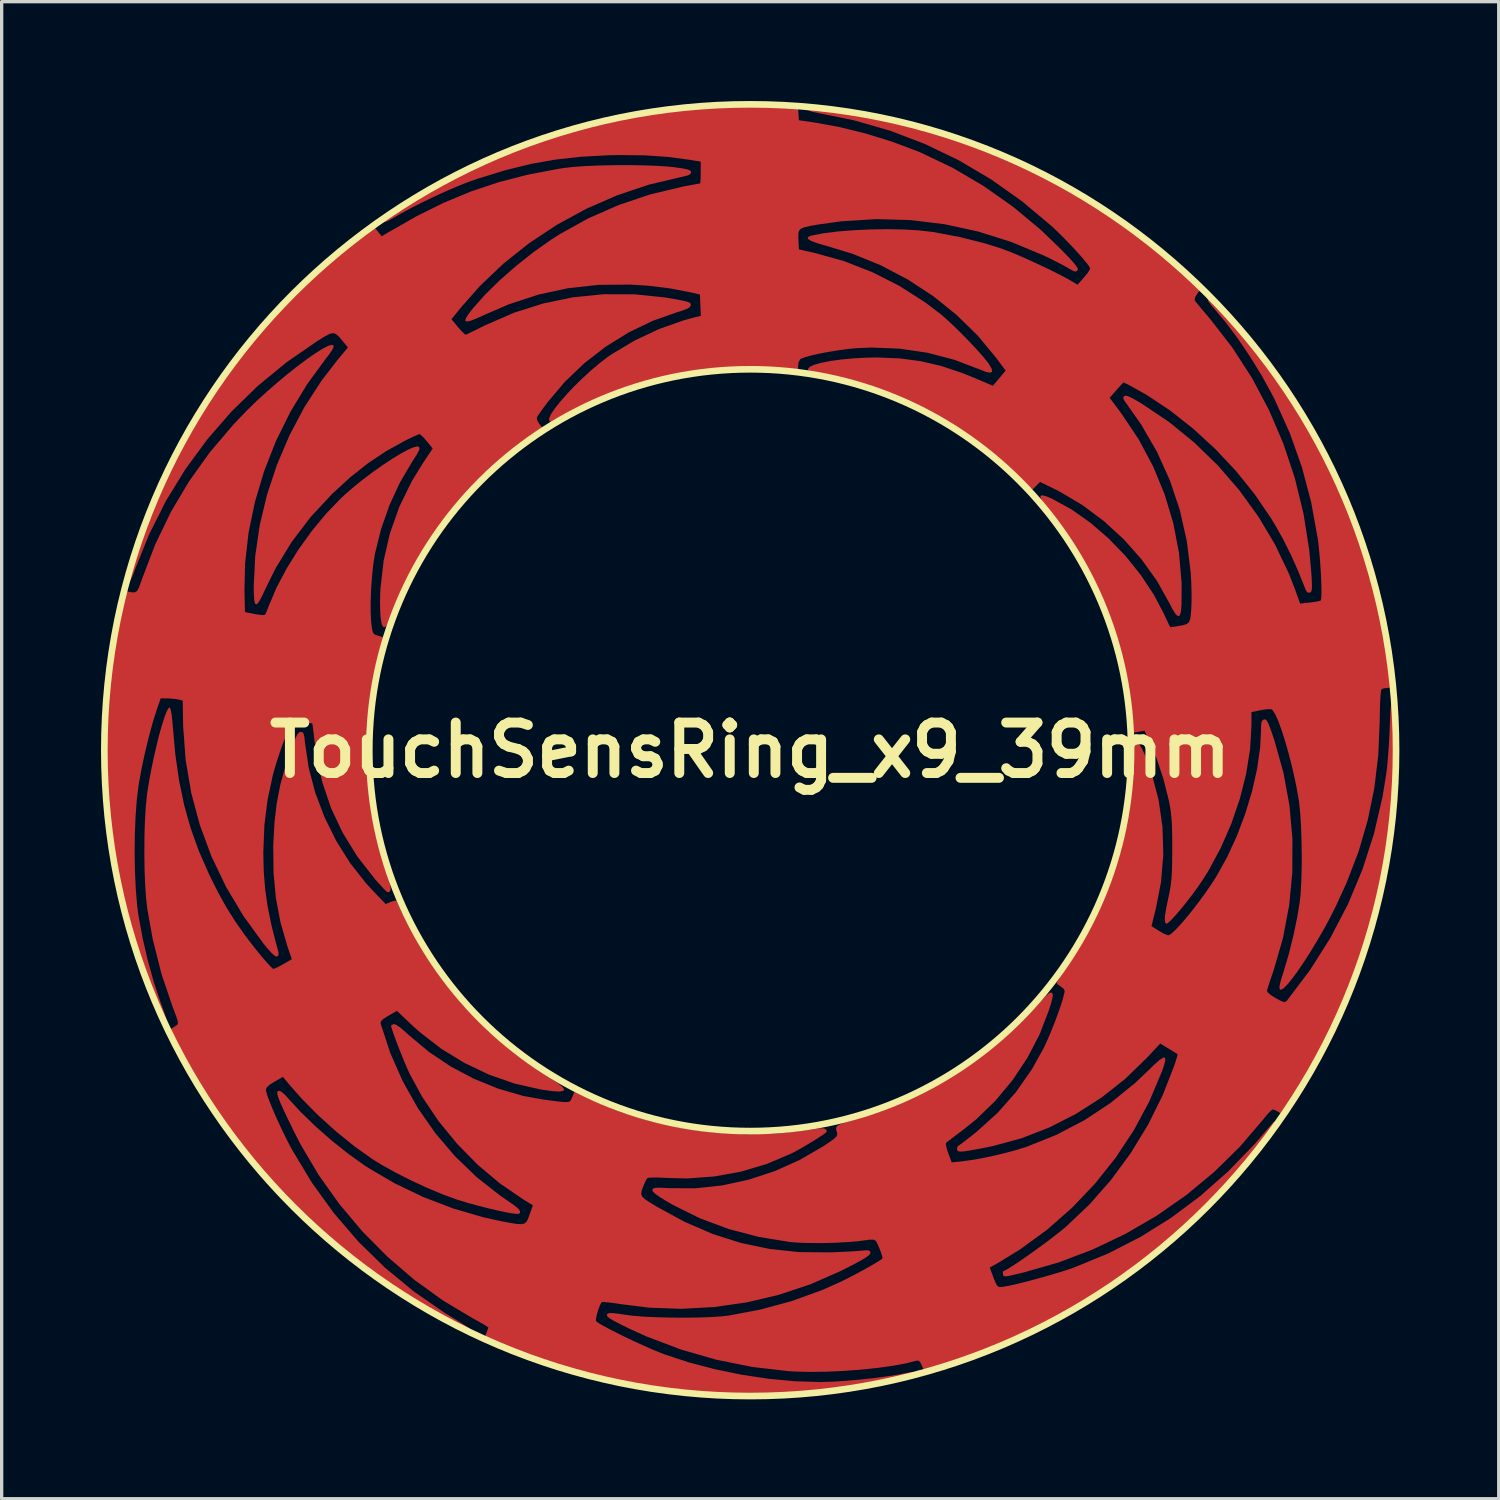
<source format=kicad_pcb>
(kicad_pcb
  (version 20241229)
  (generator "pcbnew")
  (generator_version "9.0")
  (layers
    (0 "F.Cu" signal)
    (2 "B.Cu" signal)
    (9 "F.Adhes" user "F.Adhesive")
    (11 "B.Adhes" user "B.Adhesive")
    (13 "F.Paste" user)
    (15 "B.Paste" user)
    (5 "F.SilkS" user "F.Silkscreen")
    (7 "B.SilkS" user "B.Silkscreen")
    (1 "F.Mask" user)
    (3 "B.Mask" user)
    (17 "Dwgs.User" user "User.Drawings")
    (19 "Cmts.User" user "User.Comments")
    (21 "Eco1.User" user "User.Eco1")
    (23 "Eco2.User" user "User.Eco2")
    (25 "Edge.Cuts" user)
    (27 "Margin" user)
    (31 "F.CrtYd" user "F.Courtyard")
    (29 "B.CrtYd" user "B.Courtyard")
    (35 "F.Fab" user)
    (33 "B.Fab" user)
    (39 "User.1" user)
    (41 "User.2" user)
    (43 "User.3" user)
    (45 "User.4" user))
  (footprint "TouchSensRing_x9_39mm"
    (layer "F.Cu")
    (at 19.6 19.6)
    (property "Reference" "TouchSensRing_x9_39mm" (at 0 0 0) (layer "F.SilkS") (effects (font (size 1.524 1.524) (thickness 0.3))))
    (attr board_only exclude_from_pos_files exclude_from_bom)
    (fp_poly (pts (xy -3.241 -17.658) (xy -2.834 -17.644) (xy -2.483 -17.621) (xy -2.277 -17.599) (xy -2.051 -17.566) (xy -1.904 -17.538) (xy -1.822 -17.508) (xy -1.788 -17.473) (xy -1.783 -17.448) (xy -1.806 -17.395) (xy -1.885 -17.354) (xy -2.039 -17.315) (xy -2.085 -17.306) (xy -3.062 -17.074) (xy -4.018 -16.753) (xy -4.943 -16.349) (xy -5.83 -15.867) (xy -6.669 -15.312) (xy -7.452 -14.69) (xy -8.171 -14.004) (xy -8.716 -13.386) (xy -9.02 -13.012) (xy -8.818 -12.769) (xy -8.71 -12.648) (xy -8.626 -12.567) (xy -8.585 -12.542) (xy -8.533 -12.568) (xy -8.411 -12.628) (xy -8.238 -12.713) (xy -8.03 -12.816) (xy -7.999 -12.831) (xy -7.134 -13.207) (xy -6.248 -13.488) (xy -5.345 -13.675) (xy -4.426 -13.767) (xy -3.493 -13.764) (xy -2.549 -13.666) (xy -2.203 -13.606) (xy -2 -13.566) (xy -1.875 -13.532) (xy -1.811 -13.498) (xy -1.792 -13.457) (xy -1.793 -13.433) (xy -1.823 -13.378) (xy -1.906 -13.326) (xy -2.058 -13.269) (xy -2.2 -13.226) (xy -2.946 -12.963) (xy -3.671 -12.612) (xy -4.363 -12.183) (xy -5.009 -11.683) (xy -5.598 -11.12) (xy -6.114 -10.509) (xy -6.244 -10.335) (xy -6.351 -10.185) (xy -6.422 -10.079) (xy -6.444 -10.04) (xy -6.433 -9.964) (xy -6.374 -9.861) (xy -6.368 -9.853) (xy -6.268 -9.726) (xy -6.52 -9.555) (xy -7.347 -8.934) (xy -8.12 -8.237) (xy -8.83 -7.472) (xy -9.47 -6.647) (xy -9.649 -6.386) (xy -9.868 -6.038) (xy -10.095 -5.644) (xy -10.317 -5.228) (xy -10.522 -4.815) (xy -10.697 -4.431) (xy -10.828 -4.099) (xy -10.831 -4.092) (xy -10.912 -3.883) (xy -10.978 -3.759) (xy -11.036 -3.712) (xy -11.045 -3.711) (xy -11.092 -3.731) (xy -11.125 -3.804) (xy -11.15 -3.947) (xy -11.161 -4.034) (xy -11.172 -4.225) (xy -11.176 -4.473) (xy -11.17 -4.738) (xy -11.163 -4.881) (xy -11.065 -5.734) (xy -10.875 -6.556) (xy -10.593 -7.35) (xy -10.22 -8.115) (xy -9.882 -8.666) (xy -9.585 -9.11) (xy -9.763 -9.326) (xy -9.865 -9.443) (xy -9.948 -9.522) (xy -9.984 -9.543) (xy -10.044 -9.523) (xy -10.167 -9.468) (xy -10.332 -9.389) (xy -10.411 -9.35) (xy -10.994 -9.028) (xy -11.544 -8.661) (xy -12.082 -8.234) (xy -12.621 -7.739) (xy -13.27 -7.042) (xy -13.84 -6.293) (xy -14.327 -5.496) (xy -14.628 -4.888) (xy -14.747 -4.634) (xy -14.838 -4.471) (xy -14.904 -4.4) (xy -14.948 -4.422) (xy -14.975 -4.538) (xy -14.987 -4.748) (xy -14.989 -4.958) (xy -14.943 -5.871) (xy -14.808 -6.795) (xy -14.587 -7.718) (xy -14.285 -8.627) (xy -13.907 -9.513) (xy -13.457 -10.362) (xy -12.938 -11.163) (xy -12.463 -11.779) (xy -12.145 -12.16) (xy -12.306 -12.355) (xy -12.416 -12.485) (xy -12.504 -12.565) (xy -12.59 -12.593) (xy -12.694 -12.571) (xy -12.836 -12.498) (xy -13.038 -12.373) (xy -13.066 -12.356) (xy -13.992 -11.717) (xy -14.858 -11.006) (xy -15.66 -10.226) (xy -16.393 -9.382) (xy -17.055 -8.481) (xy -17.64 -7.527) (xy -18.145 -6.524) (xy -18.555 -5.507) (xy -18.639 -5.282) (xy -18.702 -5.141) (xy -18.75 -5.074) (xy -18.791 -5.071) (xy -18.816 -5.101) (xy -18.813 -5.16) (xy -18.785 -5.292) (xy -18.738 -5.475) (xy -18.682 -5.667) (xy -18.255 -6.919) (xy -17.739 -8.142) (xy -17.138 -9.332) (xy -16.456 -10.481) (xy -15.698 -11.582) (xy -14.868 -12.63) (xy -13.971 -13.619) (xy -13.011 -14.541) (xy -11.993 -15.39) (xy -11.853 -15.497) (xy -11.391 -15.848) (xy -11.258 -15.681) (xy -11.126 -15.515) (xy -10.949 -15.622) (xy -10.09 -16.113) (xy -9.257 -16.527) (xy -8.43 -16.87) (xy -7.589 -17.151) (xy -6.714 -17.376) (xy -5.786 -17.553) (xy -5.639 -17.576) (xy -5.353 -17.609) (xy -4.992 -17.635) (xy -4.579 -17.653) (xy -4.135 -17.663) (xy -3.681 -17.665)) (stroke (width 0) (type solid)) (fill yes) (layer "F.Cu"))
    (fp_poly (pts (xy 1.929 -19.414) (xy 2.09 -19.398) (xy 2.321 -19.368) (xy 2.635 -19.325) (xy 2.639 -19.324) (xy 4.004 -19.086) (xy 5.335 -18.758) (xy 6.634 -18.34) (xy 7.904 -17.83) (xy 9.149 -17.227) (xy 9.567 -17.001) (xy 9.84 -16.842) (xy 10.168 -16.639) (xy 10.53 -16.406) (xy 10.906 -16.156) (xy 11.276 -15.904) (xy 11.62 -15.662) (xy 11.916 -15.445) (xy 12.098 -15.305) (xy 12.313 -15.129) (xy 12.568 -14.914) (xy 12.834 -14.686) (xy 13.078 -14.471) (xy 13.097 -14.454) (xy 13.639 -13.97) (xy 13.51 -13.801) (xy 13.427 -13.666) (xy 13.42 -13.58) (xy 13.426 -13.57) (xy 13.473 -13.512) (xy 13.569 -13.396) (xy 13.701 -13.238) (xy 13.858 -13.053) (xy 13.896 -13.008) (xy 14.562 -12.149) (xy 15.152 -11.234) (xy 15.664 -10.269) (xy 16.096 -9.26) (xy 16.444 -8.215) (xy 16.706 -7.139) (xy 16.88 -6.04) (xy 16.944 -5.321) (xy 16.957 -5.085) (xy 16.96 -4.928) (xy 16.953 -4.832) (xy 16.933 -4.78) (xy 16.899 -4.756) (xy 16.897 -4.756) (xy 16.819 -4.764) (xy 16.776 -4.833) (xy 16.547 -5.402) (xy 16.324 -5.902) (xy 16.096 -6.359) (xy 15.849 -6.798) (xy 15.723 -7.006) (xy 15.23 -7.73) (xy 14.666 -8.43) (xy 14.044 -9.092) (xy 13.378 -9.704) (xy 12.682 -10.254) (xy 11.968 -10.728) (xy 11.502 -10.989) (xy 11.269 -11.109) (xy 11.061 -10.875) (xy 10.853 -10.64) (xy 11.21 -10.161) (xy 11.728 -9.387) (xy 12.163 -8.572) (xy 12.513 -7.724) (xy 12.775 -6.85) (xy 12.946 -5.957) (xy 13.025 -5.052) (xy 13.023 -4.398) (xy 13.005 -4.189) (xy 12.971 -4.071) (xy 12.918 -4.044) (xy 12.843 -4.11) (xy 12.745 -4.267) (xy 12.661 -4.432) (xy 12.28 -5.114) (xy 11.816 -5.761) (xy 11.279 -6.366) (xy 10.681 -6.915) (xy 10.031 -7.4) (xy 9.34 -7.81) (xy 9.155 -7.903) (xy 8.751 -8.098) (xy 8.514 -7.861) (xy 8.083 -8.271) (xy 7.355 -8.917) (xy 6.612 -9.482) (xy 5.83 -9.98) (xy 4.99 -10.425) (xy 4.747 -10.539) (xy 4.176 -10.779) (xy 3.55 -10.999) (xy 2.908 -11.188) (xy 2.288 -11.334) (xy 2.058 -11.377) (xy 1.88 -11.413) (xy 1.781 -11.447) (xy 1.745 -11.488) (xy 1.745 -11.512) (xy 1.803 -11.578) (xy 1.946 -11.641) (xy 2.159 -11.699) (xy 2.432 -11.752) (xy 2.751 -11.796) (xy 3.104 -11.829) (xy 3.479 -11.85) (xy 3.827 -11.857) (xy 4.506 -11.83) (xy 5.144 -11.746) (xy 5.77 -11.6) (xy 6.411 -11.385) (xy 6.784 -11.234) (xy 7.327 -11.001) (xy 7.713 -11.461) (xy 7.431 -11.84) (xy 6.866 -12.521) (xy 6.226 -13.147) (xy 5.522 -13.712) (xy 4.76 -14.21) (xy 3.951 -14.636) (xy 3.102 -14.984) (xy 2.289 -15.231) (xy 2.017 -15.308) (xy 1.834 -15.378) (xy 1.741 -15.44) (xy 1.741 -15.492) (xy 1.835 -15.533) (xy 1.841 -15.535) (xy 2.2 -15.605) (xy 2.633 -15.66) (xy 3.116 -15.699) (xy 3.628 -15.723) (xy 4.145 -15.731) (xy 4.647 -15.721) (xy 5.11 -15.693) (xy 5.513 -15.646) (xy 5.519 -15.646) (xy 6.322 -15.495) (xy 7.104 -15.297) (xy 7.567 -15.152) (xy 7.795 -15.067) (xy 8.084 -14.948) (xy 8.411 -14.804) (xy 8.751 -14.647) (xy 9.082 -14.489) (xy 9.38 -14.339) (xy 9.622 -14.209) (xy 9.701 -14.163) (xy 9.884 -14.053) (xy 10.073 -14.268) (xy 10.175 -14.393) (xy 10.244 -14.496) (xy 10.264 -14.544) (xy 10.232 -14.609) (xy 10.144 -14.727) (xy 10.009 -14.888) (xy 9.84 -15.077) (xy 9.649 -15.281) (xy 9.448 -15.488) (xy 9.248 -15.685) (xy 9.099 -15.825) (xy 8.208 -16.572) (xy 7.272 -17.235) (xy 6.293 -17.813) (xy 5.273 -18.304) (xy 4.214 -18.707) (xy 3.119 -19.021) (xy 2.085 -19.231) (xy 1.88 -19.272) (xy 1.766 -19.314) (xy 1.735 -19.356) (xy 1.741 -19.388) (xy 1.767 -19.409) (xy 1.825 -19.417)) (stroke (width 0) (type solid)) (fill yes) (layer "F.Cu"))
    (fp_poly (pts (xy 0.658 -19.496) (xy 1.441 -19.462) (xy 1.47 -19.019) (xy 1.904 -18.957) (xy 2.676 -18.818) (xy 3.481 -18.62) (xy 4.284 -18.372) (xy 5.05 -18.084) (xy 5.154 -18.041) (xy 6.113 -17.583) (xy 7.042 -17.037) (xy 7.933 -16.41) (xy 8.775 -15.709) (xy 9.391 -15.115) (xy 9.6 -14.899) (xy 9.746 -14.739) (xy 9.838 -14.626) (xy 9.884 -14.551) (xy 9.891 -14.502) (xy 9.882 -14.485) (xy 9.836 -14.453) (xy 9.77 -14.462) (xy 9.658 -14.52) (xy 9.593 -14.559) (xy 9.451 -14.64) (xy 9.251 -14.745) (xy 9.024 -14.859) (xy 8.862 -14.936) (xy 7.881 -15.345) (xy 6.882 -15.66) (xy 5.868 -15.88) (xy 4.841 -16.005) (xy 3.804 -16.035) (xy 2.76 -15.969) (xy 2.075 -15.875) (xy 1.819 -15.83) (xy 1.643 -15.791) (xy 1.533 -15.746) (xy 1.475 -15.685) (xy 1.453 -15.596) (xy 1.453 -15.469) (xy 1.456 -15.413) (xy 1.47 -15.12) (xy 1.954 -15.011) (xy 2.831 -14.767) (xy 3.688 -14.432) (xy 4.51 -14.015) (xy 5.284 -13.52) (xy 5.757 -13.16) (xy 5.943 -12.999) (xy 6.162 -12.793) (xy 6.398 -12.561) (xy 6.634 -12.319) (xy 6.853 -12.084) (xy 7.039 -11.875) (xy 7.174 -11.708) (xy 7.201 -11.67) (xy 7.29 -11.518) (xy 7.306 -11.427) (xy 7.246 -11.395) (xy 7.112 -11.423) (xy 6.939 -11.492) (xy 6.16 -11.789) (xy 5.346 -12.001) (xy 4.508 -12.124) (xy 3.659 -12.157) (xy 3.205 -12.138) (xy 2.942 -12.112) (xy 2.656 -12.073) (xy 2.366 -12.026) (xy 2.089 -11.973) (xy 1.846 -11.918) (xy 1.655 -11.865) (xy 1.534 -11.818) (xy 1.513 -11.804) (xy 1.464 -11.718) (xy 1.446 -11.608) (xy 1.446 -11.468) (xy 1.193 -11.505) (xy 0.99 -11.525) (xy 0.711 -11.538) (xy 0.378 -11.544) (xy 0.01 -11.543) (xy -0.371 -11.535) (xy -0.746 -11.522) (xy -1.093 -11.504) (xy -1.393 -11.48) (xy -1.593 -11.456) (xy -2.288 -11.33) (xy -2.996 -11.158) (xy -3.699 -10.946) (xy -4.376 -10.701) (xy -5.009 -10.431) (xy -5.578 -10.142) (xy -5.909 -9.944) (xy -5.994 -9.903) (xy -6.051 -9.928) (xy -6.067 -9.945) (xy -6.071 -10.023) (xy -6.011 -10.152) (xy -5.895 -10.323) (xy -5.733 -10.526) (xy -5.534 -10.752) (xy -5.308 -10.99) (xy -5.063 -11.23) (xy -4.809 -11.463) (xy -4.555 -11.678) (xy -4.311 -11.866) (xy -4.195 -11.946) (xy -3.491 -12.368) (xy -2.753 -12.716) (xy -2.001 -12.981) (xy -1.697 -13.064) (xy -1.49 -13.115) (xy -1.518 -13.758) (xy -1.783 -13.819) (xy -2.432 -13.945) (xy -3.095 -14.025) (xy -3.639 -14.058) (xy -4.583 -14.049) (xy -5.5 -13.949) (xy -6.396 -13.755) (xy -7.276 -13.467) (xy -7.966 -13.17) (xy -8.242 -13.044) (xy -8.438 -12.967) (xy -8.558 -12.942) (xy -8.604 -12.97) (xy -8.579 -13.053) (xy -8.488 -13.191) (xy -8.363 -13.35) (xy -7.992 -13.766) (xy -7.551 -14.198) (xy -7.06 -14.627) (xy -6.541 -15.038) (xy -6.014 -15.411) (xy -5.753 -15.578) (xy -4.891 -16.056) (xy -3.976 -16.458) (xy -3.019 -16.78) (xy -2.029 -17.017) (xy -1.935 -17.035) (xy -1.75 -17.069) (xy -1.605 -17.095) (xy -1.523 -17.109) (xy -1.513 -17.11) (xy -1.504 -17.154) (xy -1.497 -17.27) (xy -1.494 -17.433) (xy -1.494 -17.44) (xy -1.494 -17.771) (xy -1.819 -17.824) (xy -2.483 -17.912) (xy -3.181 -17.96) (xy -3.936 -17.969) (xy -4.265 -17.963) (xy -5.093 -17.919) (xy -5.87 -17.833) (xy -6.625 -17.7) (xy -7.384 -17.514) (xy -8.178 -17.27) (xy -8.459 -17.174) (xy -8.76 -17.058) (xy -9.118 -16.906) (xy -9.504 -16.731) (xy -9.892 -16.545) (xy -10.256 -16.36) (xy -10.569 -16.189) (xy -10.686 -16.12) (xy -10.878 -16.01) (xy -11.006 -15.952) (xy -11.081 -15.941) (xy -11.104 -15.954) (xy -11.124 -15.979) (xy -11.126 -16.006) (xy -11.099 -16.043) (xy -11.034 -16.097) (xy -10.922 -16.174) (xy -10.753 -16.284) (xy -10.518 -16.432) (xy -10.338 -16.545) (xy -9.176 -17.215) (xy -7.964 -17.805) (xy -6.71 -18.312) (xy -5.422 -18.733) (xy -4.108 -19.066) (xy -2.776 -19.308) (xy -2.49 -19.348) (xy -1.962 -19.406) (xy -1.386 -19.453) (xy -0.792 -19.486) (xy -0.21 -19.504) (xy 0.328 -19.505)) (stroke (width 0) (type solid)) (fill yes) (layer "F.Cu"))
    (fp_poly (pts (xy -17.497 -1.231) (xy -17.469 -1.083) (xy -17.444 -0.853) (xy -17.435 -0.743) (xy -17.357 0.124) (xy -17.243 0.919) (xy -17.089 1.659) (xy -16.891 2.363) (xy -16.644 3.049) (xy -16.343 3.736) (xy -16.309 3.808) (xy -16.059 4.305) (xy -15.816 4.742) (xy -15.562 5.148) (xy -15.286 5.543) (xy -15.12 5.764) (xy -14.948 5.984) (xy -14.782 6.19) (xy -14.631 6.368) (xy -14.508 6.504) (xy -14.424 6.586) (xy -14.394 6.603) (xy -14.332 6.581) (xy -14.214 6.523) (xy -14.095 6.457) (xy -13.84 6.311) (xy -13.979 5.899) (xy -14.183 5.19) (xy -14.32 4.465) (xy -14.391 3.704) (xy -14.4 2.888) (xy -14.398 2.831) (xy -14.363 2.19) (xy -14.296 1.609) (xy -14.189 1.054) (xy -14.036 0.494) (xy -13.831 -0.105) (xy -13.82 -0.135) (xy -13.739 -0.34) (xy -13.677 -0.469) (xy -13.623 -0.535) (xy -13.57 -0.554) (xy -13.568 -0.554) (xy -13.516 -0.543) (xy -13.483 -0.496) (xy -13.46 -0.394) (xy -13.441 -0.216) (xy -13.44 -0.208) (xy -13.328 0.54) (xy -13.129 1.292) (xy -12.849 2.03) (xy -12.497 2.741) (xy -12.079 3.407) (xy -11.603 4.013) (xy -11.424 4.208) (xy -11.005 4.645) (xy -10.844 4.578) (xy -10.729 4.54) (xy -10.674 4.55) (xy -10.662 4.571) (xy -10.634 4.636) (xy -10.573 4.768) (xy -10.488 4.945) (xy -10.41 5.105) (xy -9.907 6.025) (xy -9.324 6.893) (xy -8.666 7.704) (xy -7.937 8.453) (xy -7.142 9.137) (xy -6.284 9.749) (xy -6.059 9.891) (xy -5.826 10.042) (xy -5.678 10.158) (xy -5.617 10.24) (xy -5.644 10.289) (xy -5.761 10.306) (xy -5.967 10.294) (xy -6.264 10.253) (xy -6.332 10.242) (xy -7.115 10.065) (xy -7.883 9.797) (xy -8.625 9.444) (xy -9.328 9.013) (xy -9.982 8.508) (xy -10.245 8.27) (xy -10.666 7.87) (xy -10.924 8.018) (xy -11.07 8.108) (xy -11.143 8.177) (xy -11.16 8.24) (xy -11.155 8.264) (xy -10.865 9.146) (xy -10.491 9.994) (xy -10.038 10.8) (xy -9.511 11.556) (xy -8.917 12.255) (xy -8.259 12.89) (xy -7.545 13.451) (xy -7.333 13.596) (xy -7.127 13.739) (xy -7 13.845) (xy -6.946 13.922) (xy -6.957 13.977) (xy -6.981 13.997) (xy -7.052 14.001) (xy -7.2 13.982) (xy -7.408 13.944) (xy -7.66 13.89) (xy -7.939 13.824) (xy -8.23 13.749) (xy -8.517 13.67) (xy -8.782 13.59) (xy -8.858 13.566) (xy -9.284 13.411) (xy -9.753 13.215) (xy -10.236 12.991) (xy -10.705 12.754) (xy -11.13 12.517) (xy -11.399 12.351) (xy -11.943 11.965) (xy -12.5 11.514) (xy -13.043 11.024) (xy -13.543 10.519) (xy -13.911 10.101) (xy -14.107 9.863) (xy -14.368 10.011) (xy -14.518 10.106) (xy -14.597 10.181) (xy -14.621 10.255) (xy -14.62 10.273) (xy -14.595 10.38) (xy -14.533 10.555) (xy -14.441 10.783) (xy -14.327 11.047) (xy -14.199 11.33) (xy -14.062 11.616) (xy -13.926 11.887) (xy -13.826 12.073) (xy -13.23 13.062) (xy -12.564 13.984) (xy -11.828 14.839) (xy -11.023 15.627) (xy -10.15 16.347) (xy -9.21 16.998) (xy -8.856 17.215) (xy -8.649 17.342) (xy -8.476 17.458) (xy -8.352 17.551) (xy -8.293 17.611) (xy -8.29 17.62) (xy -8.31 17.681) (xy -8.326 17.688) (xy -8.38 17.666) (xy -8.502 17.607) (xy -8.676 17.519) (xy -8.887 17.41) (xy -8.965 17.369) (xy -10.188 16.672) (xy -11.345 15.906) (xy -12.435 15.072) (xy -13.456 14.171) (xy -14.407 13.204) (xy -15.288 12.174) (xy -16.095 11.081) (xy -16.829 9.927) (xy -17.322 9.037) (xy -17.439 8.81) (xy -17.515 8.652) (xy -17.547 8.545) (xy -17.537 8.47) (xy -17.484 8.411) (xy -17.389 8.35) (xy -17.325 8.312) (xy -17.291 8.284) (xy -17.278 8.24) (xy -17.289 8.165) (xy -17.328 8.04) (xy -17.399 7.85) (xy -17.437 7.751) (xy -17.774 6.758) (xy -18.037 5.716) (xy -18.202 4.796) (xy -18.241 4.457) (xy -18.268 4.046) (xy -18.286 3.586) (xy -18.292 3.099) (xy -18.289 2.609) (xy -18.274 2.14) (xy -18.249 1.713) (xy -18.213 1.354) (xy -18.203 1.277) (xy -18.146 0.924) (xy -18.078 0.561) (xy -18.002 0.199) (xy -17.922 -0.149) (xy -17.841 -0.472) (xy -17.761 -0.757) (xy -17.686 -0.993) (xy -17.619 -1.168) (xy -17.564 -1.269) (xy -17.529 -1.289)) (stroke (width 0) (type solid)) (fill yes) (layer "F.Cu"))
    (fp_poly (pts (xy 19.435 -1.576) (xy 19.462 -1.459) (xy 19.483 -1.267) (xy 19.499 -1.012) (xy 19.509 -0.706) (xy 19.514 -0.36) (xy 19.513 0.015) (xy 19.507 0.409) (xy 19.495 0.81) (xy 19.478 1.206) (xy 19.455 1.587) (xy 19.427 1.941) (xy 19.398 2.217) (xy 19.191 3.573) (xy 18.894 4.904) (xy 18.51 6.204) (xy 18.041 7.468) (xy 17.489 8.691) (xy 16.856 9.865) (xy 16.424 10.566) (xy 16.121 11.035) (xy 15.977 10.94) (xy 15.866 10.876) (xy 15.786 10.845) (xy 15.78 10.845) (xy 15.727 10.88) (xy 15.634 10.974) (xy 15.52 11.109) (xy 15.491 11.146) (xy 14.787 11.969) (xy 14.012 12.731) (xy 13.173 13.427) (xy 12.276 14.053) (xy 11.329 14.604) (xy 10.338 15.076) (xy 9.309 15.466) (xy 8.314 15.752) (xy 8.056 15.815) (xy 7.876 15.858) (xy 7.76 15.881) (xy 7.692 15.886) (xy 7.657 15.875) (xy 7.639 15.85) (xy 7.63 15.825) (xy 7.629 15.747) (xy 7.655 15.723) (xy 7.751 15.675) (xy 7.909 15.578) (xy 8.114 15.443) (xy 8.351 15.28) (xy 8.606 15.098) (xy 8.865 14.91) (xy 9.113 14.724) (xy 9.335 14.551) (xy 9.517 14.402) (xy 9.531 14.39) (xy 10.242 13.716) (xy 10.898 12.97) (xy 11.49 12.163) (xy 12.013 11.306) (xy 12.457 10.411) (xy 12.801 9.529) (xy 12.855 9.365) (xy 12.892 9.241) (xy 12.905 9.181) (xy 12.905 9.179) (xy 12.861 9.151) (xy 12.758 9.087) (xy 12.637 9.013) (xy 12.38 8.856) (xy 11.973 9.292) (xy 11.32 9.925) (xy 10.606 10.488) (xy 9.842 10.977) (xy 9.036 11.388) (xy 8.198 11.714) (xy 7.337 11.95) (xy 7.133 11.992) (xy 6.829 12.05) (xy 6.606 12.09) (xy 6.45 12.113) (xy 6.349 12.119) (xy 6.29 12.111) (xy 6.258 12.088) (xy 6.243 12.061) (xy 6.254 11.974) (xy 6.292 11.939) (xy 6.359 11.893) (xy 6.483 11.799) (xy 6.647 11.671) (xy 6.834 11.523) (xy 6.847 11.512) (xy 7.471 10.948) (xy 8.027 10.318) (xy 8.511 9.625) (xy 8.864 8.989) (xy 8.968 8.764) (xy 9.079 8.504) (xy 9.189 8.228) (xy 9.292 7.953) (xy 9.381 7.698) (xy 9.448 7.482) (xy 9.487 7.324) (xy 9.495 7.263) (xy 9.456 7.195) (xy 9.374 7.133) (xy 9.287 7.074) (xy 9.254 7.029) (xy 9.28 6.975) (xy 9.35 6.86) (xy 9.453 6.702) (xy 9.561 6.543) (xy 10.065 5.736) (xy 10.503 4.877) (xy 10.872 3.979) (xy 11.168 3.058) (xy 11.385 2.125) (xy 11.52 1.195) (xy 11.567 0.282) (xy 11.567 0.253) (xy 11.569 0.03) (xy 11.575 -0.114) (xy 11.59 -0.196) (xy 11.616 -0.232) (xy 11.656 -0.241) (xy 11.657 -0.241) (xy 11.734 -0.194) (xy 11.825 -0.054) (xy 11.932 0.176) (xy 12.051 0.494) (xy 12.119 0.696) (xy 12.33 1.499) (xy 12.448 2.319) (xy 12.473 3.15) (xy 12.403 3.984) (xy 12.247 4.786) (xy 12.115 5.312) (xy 12.335 5.451) (xy 12.471 5.529) (xy 12.582 5.579) (xy 12.623 5.59) (xy 12.698 5.553) (xy 12.818 5.447) (xy 12.972 5.285) (xy 13.152 5.078) (xy 13.348 4.837) (xy 13.549 4.575) (xy 13.748 4.302) (xy 13.934 4.031) (xy 14.062 3.833) (xy 14.395 3.239) (xy 14.691 2.596) (xy 14.946 1.923) (xy 15.152 1.24) (xy 15.304 0.567) (xy 15.396 -0.077) (xy 15.422 -0.585) (xy 15.427 -0.76) (xy 15.442 -0.861) (xy 15.476 -0.911) (xy 15.516 -0.929) (xy 15.556 -0.928) (xy 15.594 -0.897) (xy 15.638 -0.82) (xy 15.692 -0.687) (xy 15.764 -0.483) (xy 15.827 -0.296) (xy 16.1 0.679) (xy 16.282 1.672) (xy 16.371 2.675) (xy 16.368 3.681) (xy 16.273 4.681) (xy 16.086 5.669) (xy 15.807 6.636) (xy 15.785 6.7) (xy 15.713 6.91) (xy 15.654 7.09) (xy 15.614 7.218) (xy 15.6 7.269) (xy 15.635 7.323) (xy 15.734 7.403) (xy 15.867 7.486) (xy 16.017 7.567) (xy 16.109 7.602) (xy 16.164 7.598) (xy 16.204 7.563) (xy 16.904 6.635) (xy 17.518 5.665) (xy 18.045 4.655) (xy 18.483 3.607) (xy 18.833 2.524) (xy 19.092 1.407) (xy 19.21 0.675) (xy 19.235 0.451) (xy 19.26 0.16) (xy 19.283 -0.168) (xy 19.302 -0.505) (xy 19.31 -0.709) (xy 19.325 -1.052) (xy 19.341 -1.306) (xy 19.36 -1.479) (xy 19.381 -1.578) (xy 19.402 -1.609)) (stroke (width 0) (type solid)) (fill yes) (layer "F.Cu"))
    (fp_poly (pts (xy 9.105 7.323) (xy 9.132 7.356) (xy 9.136 7.421) (xy 9.113 7.534) (xy 9.063 7.711) (xy 9.023 7.84) (xy 8.739 8.578) (xy 8.369 9.289) (xy 7.921 9.962) (xy 7.402 10.585) (xy 6.823 11.146) (xy 6.44 11.454) (xy 6.252 11.595) (xy 6.091 11.717) (xy 5.974 11.807) (xy 5.916 11.853) (xy 5.914 11.854) (xy 5.91 11.915) (xy 5.936 12.036) (xy 5.98 12.167) (xy 6.084 12.445) (xy 6.404 12.412) (xy 6.747 12.364) (xy 7.145 12.289) (xy 7.565 12.195) (xy 7.97 12.09) (xy 8.326 11.98) (xy 8.351 11.972) (xy 9.244 11.614) (xy 10.088 11.173) (xy 10.882 10.649) (xy 11.623 10.046) (xy 11.989 9.698) (xy 12.208 9.485) (xy 12.369 9.346) (xy 12.473 9.279) (xy 12.527 9.287) (xy 12.532 9.367) (xy 12.493 9.521) (xy 12.432 9.698) (xy 12.049 10.606) (xy 11.58 11.479) (xy 11.03 12.31) (xy 10.407 13.091) (xy 9.715 13.817) (xy 8.962 14.479) (xy 8.152 15.07) (xy 7.508 15.465) (xy 7.233 15.621) (xy 7.345 15.92) (xy 7.407 16.079) (xy 7.455 16.167) (xy 7.507 16.203) (xy 7.583 16.206) (xy 7.62 16.202) (xy 7.776 16.177) (xy 8.003 16.128) (xy 8.283 16.059) (xy 8.595 15.977) (xy 8.919 15.887) (xy 9.236 15.794) (xy 9.526 15.704) (xy 9.768 15.622) (xy 9.784 15.616) (xy 10.806 15.196) (xy 11.779 14.698) (xy 12.704 14.121) (xy 13.587 13.462) (xy 14.43 12.718) (xy 15.236 11.886) (xy 15.806 11.22) (xy 15.864 11.211) (xy 15.901 11.227) (xy 15.917 11.263) (xy 15.894 11.333) (xy 15.823 11.45) (xy 15.698 11.624) (xy 15.628 11.719) (xy 14.756 12.797) (xy 13.82 13.803) (xy 12.822 14.737) (xy 11.765 15.596) (xy 10.652 16.378) (xy 9.484 17.081) (xy 8.266 17.704) (xy 6.998 18.244) (xy 6.753 18.336) (xy 6.497 18.429) (xy 6.228 18.522) (xy 5.964 18.61) (xy 5.722 18.687) (xy 5.52 18.748) (xy 5.377 18.786) (xy 5.314 18.797) (xy 5.27 18.756) (xy 5.214 18.654) (xy 5.191 18.6) (xy 5.131 18.475) (xy 5.073 18.427) (xy 5.027 18.43) (xy 4.704 18.513) (xy 4.304 18.586) (xy 3.845 18.65) (xy 3.348 18.702) (xy 2.832 18.74) (xy 2.314 18.764) (xy 1.815 18.771) (xy 1.353 18.76) (xy 1.156 18.748) (xy 0.062 18.621) (xy -1.026 18.402) (xy -2.094 18.094) (xy -3.128 17.702) (xy -3.639 17.47) (xy -3.915 17.334) (xy -4.113 17.231) (xy -4.242 17.154) (xy -4.31 17.096) (xy -4.329 17.051) (xy -4.31 17.015) (xy -4.251 16.994) (xy -4.13 16.996) (xy -3.935 17.02) (xy -3.78 17.045) (xy -3.529 17.077) (xy -3.203 17.103) (xy -2.824 17.12) (xy -2.413 17.131) (xy -1.991 17.134) (xy -1.58 17.129) (xy -1.201 17.116) (xy -0.875 17.095) (xy -0.651 17.07) (xy 0.315 16.887) (xy 1.26 16.629) (xy 2.163 16.303) (xy 2.723 16.054) (xy 2.949 15.942) (xy 3.193 15.815) (xy 3.434 15.685) (xy 3.654 15.561) (xy 3.836 15.454) (xy 3.959 15.375) (xy 3.993 15.348) (xy 3.989 15.296) (xy 3.957 15.188) (xy 3.907 15.054) (xy 3.851 14.924) (xy 3.802 14.83) (xy 3.787 14.81) (xy 3.724 14.778) (xy 3.608 14.777) (xy 3.47 14.797) (xy 3.215 14.83) (xy 2.891 14.855) (xy 2.525 14.873) (xy 2.144 14.881) (xy 1.775 14.879) (xy 1.444 14.868) (xy 1.205 14.849) (xy 0.257 14.695) (xy -0.65 14.457) (xy -1.514 14.135) (xy -2.331 13.73) (xy -2.52 13.621) (xy -2.734 13.488) (xy -2.872 13.391) (xy -2.942 13.321) (xy -2.955 13.271) (xy -2.954 13.269) (xy -2.928 13.235) (xy -2.87 13.215) (xy -2.763 13.209) (xy -2.59 13.215) (xy -2.438 13.224) (xy -1.646 13.227) (xy -0.844 13.14) (xy -0.045 12.966) (xy 0.737 12.71) (xy 1.489 12.374) (xy 2.199 11.962) (xy 2.208 11.957) (xy 2.405 11.825) (xy 2.532 11.731) (xy 2.603 11.663) (xy 2.629 11.609) (xy 2.623 11.557) (xy 2.622 11.554) (xy 2.596 11.46) (xy 2.597 11.39) (xy 2.637 11.336) (xy 2.73 11.287) (xy 2.889 11.233) (xy 3.126 11.165) (xy 3.157 11.157) (xy 4.1 10.847) (xy 5.023 10.448) (xy 5.916 9.965) (xy 6.769 9.405) (xy 7.572 8.775) (xy 8.316 8.08) (xy 8.777 7.58) (xy 8.921 7.424) (xy 9.02 7.338) (xy 9.086 7.316)) (stroke (width 0) (type solid)) (fill yes) (layer "F.Cu"))
    (fp_poly (pts (xy 13.882 -13.702) (xy 13.96 -13.635) (xy 14.09 -13.504) (xy 14.267 -13.313) (xy 14.478 -13.075) (xy 14.711 -12.805) (xy 14.952 -12.519) (xy 15.189 -12.231) (xy 15.41 -11.956) (xy 15.601 -11.709) (xy 15.628 -11.673) (xy 16.357 -10.628) (xy 17.025 -9.517) (xy 17.624 -8.354) (xy 18.149 -7.153) (xy 18.592 -5.928) (xy 18.864 -5.013) (xy 18.935 -4.732) (xy 19.008 -4.411) (xy 19.082 -4.063) (xy 19.154 -3.702) (xy 19.221 -3.342) (xy 19.281 -2.995) (xy 19.332 -2.675) (xy 19.372 -2.395) (xy 19.398 -2.168) (xy 19.408 -2.008) (xy 19.4 -1.929) (xy 19.399 -1.928) (xy 19.334 -1.892) (xy 19.24 -1.879) (xy 19.125 -1.866) (xy 19.062 -1.843) (xy 19.045 -1.783) (xy 19.03 -1.638) (xy 19.018 -1.419) (xy 19.01 -1.137) (xy 19.007 -0.892) (xy 18.963 0.147) (xy 18.844 1.142) (xy 18.647 2.106) (xy 18.369 3.057) (xy 18.004 4.009) (xy 17.665 4.747) (xy 17.491 5.088) (xy 17.303 5.434) (xy 17.105 5.775) (xy 16.905 6.103) (xy 16.709 6.408) (xy 16.524 6.679) (xy 16.356 6.907) (xy 16.212 7.082) (xy 16.098 7.195) (xy 16.02 7.235) (xy 16.004 7.231) (xy 15.981 7.196) (xy 15.982 7.122) (xy 16.01 6.995) (xy 16.068 6.8) (xy 16.11 6.668) (xy 16.261 6.159) (xy 16.4 5.601) (xy 16.517 5.039) (xy 16.589 4.603) (xy 16.619 4.324) (xy 16.639 3.971) (xy 16.65 3.569) (xy 16.652 3.139) (xy 16.645 2.704) (xy 16.631 2.287) (xy 16.607 1.911) (xy 16.576 1.599) (xy 16.563 1.508) (xy 16.499 1.141) (xy 16.42 0.761) (xy 16.33 0.381) (xy 16.233 0.013) (xy 16.133 -0.33) (xy 16.034 -0.635) (xy 15.939 -0.891) (xy 15.852 -1.085) (xy 15.776 -1.204) (xy 15.738 -1.235) (xy 15.656 -1.24) (xy 15.515 -1.226) (xy 15.402 -1.206) (xy 15.134 -1.15) (xy 15.134 -0.745) (xy 15.093 -0.032) (xy 14.974 0.712) (xy 14.783 1.47) (xy 14.525 2.223) (xy 14.205 2.955) (xy 13.83 3.648) (xy 13.654 3.928) (xy 13.503 4.148) (xy 13.335 4.377) (xy 13.16 4.604) (xy 12.989 4.814) (xy 12.833 4.995) (xy 12.703 5.135) (xy 12.608 5.22) (xy 12.564 5.24) (xy 12.529 5.203) (xy 12.516 5.118) (xy 12.527 4.973) (xy 12.563 4.758) (xy 12.624 4.462) (xy 12.63 4.434) (xy 12.671 4.238) (xy 12.7 4.056) (xy 12.72 3.867) (xy 12.733 3.649) (xy 12.74 3.382) (xy 12.742 3.044) (xy 12.742 2.964) (xy 12.741 2.607) (xy 12.736 2.324) (xy 12.724 2.096) (xy 12.705 1.9) (xy 12.678 1.715) (xy 12.64 1.52) (xy 12.634 1.494) (xy 12.472 0.854) (xy 12.268 0.241) (xy 12.074 -0.227) (xy 11.906 -0.589) (xy 11.742 -0.559) (xy 11.578 -0.528) (xy 11.544 -0.927) (xy 11.46 -1.618) (xy 11.327 -2.346) (xy 11.152 -3.073) (xy 10.944 -3.758) (xy 10.862 -3.99) (xy 10.575 -4.683) (xy 10.221 -5.395) (xy 9.817 -6.098) (xy 9.379 -6.763) (xy 9.017 -7.247) (xy 8.861 -7.453) (xy 8.775 -7.595) (xy 8.761 -7.676) (xy 8.819 -7.697) (xy 8.949 -7.662) (xy 9.121 -7.588) (xy 9.702 -7.269) (xy 10.273 -6.866) (xy 10.82 -6.394) (xy 11.331 -5.865) (xy 11.791 -5.292) (xy 12.189 -4.69) (xy 12.46 -4.179) (xy 12.682 -3.711) (xy 12.884 -3.742) (xy 13.066 -3.773) (xy 13.184 -3.81) (xy 13.253 -3.874) (xy 13.29 -3.984) (xy 13.309 -4.161) (xy 13.318 -4.281) (xy 13.326 -4.505) (xy 13.325 -4.788) (xy 13.316 -5.091) (xy 13.3 -5.358) (xy 13.181 -6.321) (xy 12.971 -7.251) (xy 12.671 -8.147) (xy 12.281 -9.01) (xy 11.8 -9.839) (xy 11.343 -10.488) (xy 11.273 -10.593) (xy 11.264 -10.656) (xy 11.293 -10.692) (xy 11.342 -10.704) (xy 11.429 -10.68) (xy 11.565 -10.613) (xy 11.764 -10.498) (xy 11.836 -10.454) (xy 12.652 -9.904) (xy 13.418 -9.279) (xy 14.128 -8.588) (xy 14.774 -7.84) (xy 15.35 -7.042) (xy 15.849 -6.204) (xy 16.264 -5.333) (xy 16.442 -4.876) (xy 16.604 -4.426) (xy 16.891 -4.458) (xy 17.053 -4.479) (xy 17.175 -4.502) (xy 17.224 -4.517) (xy 17.24 -4.575) (xy 17.247 -4.712) (xy 17.247 -4.912) (xy 17.239 -5.158) (xy 17.225 -5.432) (xy 17.205 -5.719) (xy 17.181 -6.001) (xy 17.153 -6.263) (xy 17.136 -6.389) (xy 16.936 -7.492) (xy 16.657 -8.547) (xy 16.295 -9.568) (xy 15.845 -10.567) (xy 15.758 -10.739) (xy 15.445 -11.308) (xy 15.096 -11.877) (xy 14.726 -12.424) (xy 14.351 -12.925) (xy 13.987 -13.358) (xy 13.961 -13.386) (xy 13.839 -13.54) (xy 13.8 -13.648) (xy 13.804 -13.67) (xy 13.834 -13.716)) (stroke (width 0) (type solid)) (fill yes) (layer "F.Cu"))
    (fp_poly (pts (xy -12.586 -12.226) (xy -12.579 -12.171) (xy -12.625 -12.075) (xy -12.729 -11.927) (xy -12.806 -11.83) (xy -13.38 -11.046) (xy -13.885 -10.211) (xy -14.318 -9.335) (xy -14.674 -8.429) (xy -14.951 -7.504) (xy -15.145 -6.57) (xy -15.251 -5.637) (xy -15.269 -4.82) (xy -15.254 -4.169) (xy -14.965 -4.112) (xy -14.809 -4.087) (xy -14.693 -4.079) (xy -14.648 -4.088) (xy -14.617 -4.149) (xy -14.567 -4.269) (xy -14.532 -4.362) (xy -14.3 -4.911) (xy -13.996 -5.485) (xy -13.636 -6.062) (xy -13.233 -6.622) (xy -12.801 -7.144) (xy -12.356 -7.607) (xy -12.23 -7.724) (xy -11.964 -7.954) (xy -11.679 -8.183) (xy -11.384 -8.404) (xy -11.092 -8.611) (xy -10.813 -8.795) (xy -10.557 -8.951) (xy -10.337 -9.07) (xy -10.162 -9.147) (xy -10.044 -9.173) (xy -10.006 -9.162) (xy -9.984 -9.122) (xy -9.997 -9.056) (xy -10.053 -8.949) (xy -10.157 -8.784) (xy -10.203 -8.714) (xy -10.572 -8.089) (xy -10.89 -7.402) (xy -11.144 -6.677) (xy -11.328 -5.938) (xy -11.329 -5.933) (xy -11.378 -5.621) (xy -11.417 -5.259) (xy -11.445 -4.875) (xy -11.459 -4.496) (xy -11.459 -4.15) (xy -11.443 -3.865) (xy -11.437 -3.811) (xy -11.414 -3.642) (xy -11.386 -3.545) (xy -11.341 -3.495) (xy -11.264 -3.466) (xy -11.242 -3.46) (xy -11.136 -3.428) (xy -11.086 -3.403) (xy -11.085 -3.401) (xy -11.097 -3.349) (xy -11.128 -3.226) (xy -11.173 -3.052) (xy -11.205 -2.932) (xy -11.323 -2.452) (xy -11.413 -1.999) (xy -11.478 -1.544) (xy -11.522 -1.06) (xy -11.548 -0.519) (xy -11.555 -0.283) (xy -11.555 0.501) (xy -11.516 1.219) (xy -11.434 1.898) (xy -11.305 2.562) (xy -11.127 3.234) (xy -11.015 3.591) (xy -10.93 3.859) (xy -10.877 4.05) (xy -10.856 4.175) (xy -10.866 4.249) (xy -10.904 4.282) (xy -10.95 4.289) (xy -10.994 4.255) (xy -11.085 4.162) (xy -11.21 4.026) (xy -11.329 3.892) (xy -11.862 3.209) (xy -12.304 2.493) (xy -12.657 1.743) (xy -12.922 0.955) (xy -13.1 0.126) (xy -13.159 -0.321) (xy -13.181 -0.522) (xy -13.201 -0.683) (xy -13.216 -0.782) (xy -13.222 -0.803) (xy -13.274 -0.82) (xy -13.392 -0.847) (xy -13.497 -0.868) (xy -13.664 -0.892) (xy -13.765 -0.886) (xy -13.816 -0.856) (xy -13.871 -0.77) (xy -13.946 -0.61) (xy -14.035 -0.393) (xy -14.13 -0.139) (xy -14.226 0.135) (xy -14.315 0.411) (xy -14.39 0.669) (xy -14.41 0.742) (xy -14.572 1.501) (xy -14.668 2.267) (xy -14.7 3.076) (xy -14.7 3.109) (xy -14.687 3.664) (xy -14.645 4.192) (xy -14.57 4.719) (xy -14.458 5.27) (xy -14.305 5.871) (xy -14.24 6.102) (xy -14.243 6.2) (xy -14.284 6.232) (xy -14.345 6.216) (xy -14.444 6.131) (xy -14.586 5.972) (xy -14.693 5.84) (xy -15.302 5.003) (xy -15.826 4.124) (xy -16.265 3.208) (xy -16.615 2.261) (xy -16.876 1.289) (xy -17.045 0.296) (xy -17.12 -0.712) (xy -17.122 -0.814) (xy -17.134 -1.498) (xy -17.255 -1.529) (xy -17.38 -1.55) (xy -17.543 -1.562) (xy -17.587 -1.563) (xy -17.798 -1.566) (xy -17.915 -1.229) (xy -18.037 -0.842) (xy -18.16 -0.391) (xy -18.277 0.093) (xy -18.38 0.578) (xy -18.462 1.034) (xy -18.467 1.067) (xy -18.52 1.497) (xy -18.557 1.996) (xy -18.579 2.54) (xy -18.585 3.105) (xy -18.575 3.666) (xy -18.55 4.199) (xy -18.51 4.68) (xy -18.47 4.988) (xy -18.348 5.655) (xy -18.191 6.335) (xy -18.009 6.989) (xy -17.835 7.519) (xy -17.744 7.77) (xy -17.682 7.945) (xy -17.646 8.058) (xy -17.631 8.124) (xy -17.635 8.157) (xy -17.653 8.171) (xy -17.677 8.18) (xy -17.731 8.151) (xy -17.804 8.041) (xy -17.863 7.921) (xy -18.343 6.725) (xy -18.746 5.481) (xy -19.073 4.184) (xy -19.324 2.831) (xy -19.407 2.241) (xy -19.441 1.906) (xy -19.467 1.494) (xy -19.486 1.025) (xy -19.497 0.517) (xy -19.5 -0.01) (xy -19.496 -0.538) (xy -19.484 -1.046) (xy -19.465 -1.515) (xy -19.438 -1.927) (xy -19.409 -2.217) (xy -19.365 -2.532) (xy -19.303 -2.916) (xy -19.228 -3.345) (xy -19.144 -3.794) (xy -19.056 -4.239) (xy -18.967 -4.654) (xy -18.955 -4.709) (xy -18.918 -4.785) (xy -18.836 -4.795) (xy -18.804 -4.79) (xy -18.669 -4.765) (xy -18.577 -4.766) (xy -18.513 -4.806) (xy -18.459 -4.902) (xy -18.398 -5.066) (xy -18.361 -5.174) (xy -17.965 -6.209) (xy -17.494 -7.187) (xy -16.945 -8.113) (xy -16.314 -8.995) (xy -15.597 -9.839) (xy -15.184 -10.269) (xy -14.897 -10.548) (xy -14.592 -10.826) (xy -14.28 -11.098) (xy -13.97 -11.356) (xy -13.669 -11.593) (xy -13.388 -11.804) (xy -13.134 -11.98) (xy -12.918 -12.116) (xy -12.747 -12.205) (xy -12.631 -12.239)) (stroke (width 0) (type solid)) (fill yes) (layer "F.Cu"))
    (fp_poly (pts (xy -10.696 8.286) (xy -10.572 8.369) (xy -10.392 8.522) (xy -10.307 8.601) (xy -9.708 9.104) (xy -9.048 9.546) (xy -8.342 9.921) (xy -7.606 10.22) (xy -6.855 10.438) (xy -6.241 10.549) (xy -5.949 10.587) (xy -5.738 10.613) (xy -5.594 10.625) (xy -5.502 10.622) (xy -5.447 10.603) (xy -5.414 10.566) (xy -5.389 10.512) (xy -5.376 10.48) (xy -5.308 10.318) (xy -4.805 10.555) (xy -3.943 10.912) (xy -3.03 11.197) (xy -2.082 11.407) (xy -1.114 11.542) (xy -0.141 11.598) (xy 0.822 11.574) (xy 1.758 11.468) (xy 1.872 11.448) (xy 2.082 11.418) (xy 2.216 11.416) (xy 2.287 11.445) (xy 2.312 11.508) (xy 2.313 11.52) (xy 2.274 11.557) (xy 2.169 11.63) (xy 2.016 11.729) (xy 1.833 11.842) (xy 1.637 11.959) (xy 1.447 12.067) (xy 1.28 12.158) (xy 1.229 12.183) (xy 0.493 12.495) (xy -0.285 12.726) (xy -1.09 12.871) (xy -1.907 12.93) (xy -2.53 12.914) (xy -2.757 12.903) (xy -2.942 12.901) (xy -3.066 12.909) (xy -3.106 12.921) (xy -3.149 12.989) (xy -3.206 13.113) (xy -3.237 13.19) (xy -3.278 13.307) (xy -3.291 13.395) (xy -3.266 13.47) (xy -3.19 13.546) (xy -3.054 13.64) (xy -2.847 13.766) (xy -2.825 13.78) (xy -1.982 14.239) (xy -1.137 14.605) (xy -0.283 14.878) (xy 0.588 15.06) (xy 1.483 15.154) (xy 2.41 15.162) (xy 2.41 15.162) (xy 2.699 15.15) (xy 2.966 15.137) (xy 3.192 15.124) (xy 3.356 15.112) (xy 3.427 15.104) (xy 3.556 15.097) (xy 3.62 15.132) (xy 3.629 15.151) (xy 3.627 15.194) (xy 3.584 15.248) (xy 3.492 15.318) (xy 3.34 15.408) (xy 3.122 15.526) (xy 2.828 15.675) (xy 2.706 15.736) (xy 1.805 16.131) (xy 0.865 16.443) (xy -0.102 16.671) (xy -1.085 16.812) (xy -2.074 16.866) (xy -3.056 16.831) (xy -3.88 16.728) (xy -4.104 16.694) (xy -4.293 16.671) (xy -4.427 16.661) (xy -4.486 16.666) (xy -4.486 16.666) (xy -4.534 16.753) (xy -4.585 16.888) (xy -4.63 17.037) (xy -4.657 17.164) (xy -4.657 17.232) (xy -4.605 17.278) (xy -4.478 17.355) (xy -4.292 17.457) (xy -4.061 17.576) (xy -3.798 17.706) (xy -3.52 17.838) (xy -3.239 17.967) (xy -2.971 18.086) (xy -2.729 18.186) (xy -2.585 18.242) (xy -1.848 18.485) (xy -1.063 18.691) (xy -0.253 18.857) (xy 0.561 18.979) (xy 1.355 19.053) (xy 2.107 19.077) (xy 2.53 19.064) (xy 2.928 19.037) (xy 3.347 19) (xy 3.762 18.954) (xy 4.147 18.903) (xy 4.474 18.851) (xy 4.612 18.824) (xy 4.777 18.793) (xy 4.901 18.775) (xy 4.957 18.774) (xy 4.958 18.774) (xy 4.964 18.835) (xy 4.908 18.905) (xy 4.818 18.952) (xy 4.812 18.954) (xy 4.446 19.032) (xy 4.046 19.113) (xy 3.635 19.192) (xy 3.236 19.265) (xy 2.871 19.328) (xy 2.563 19.376) (xy 2.41 19.397) (xy 2.202 19.42) (xy 1.933 19.444) (xy 1.621 19.469) (xy 1.285 19.493) (xy 0.942 19.515) (xy 0.612 19.534) (xy 0.312 19.549) (xy 0.061 19.558) (xy -0.123 19.562) (xy -0.193 19.56) (xy -0.283 19.555) (xy -0.448 19.547) (xy -0.669 19.535) (xy -0.923 19.522) (xy -1.03 19.517) (xy -2.341 19.402) (xy -3.655 19.196) (xy -4.958 18.902) (xy -6.234 18.522) (xy -7.434 18.075) (xy -7.657 17.983) (xy -7.844 17.904) (xy -7.978 17.845) (xy -8.045 17.813) (xy -8.049 17.81) (xy -8.032 17.761) (xy -7.991 17.658) (xy -7.977 17.624) (xy -7.93 17.508) (xy -7.906 17.436) (xy -7.904 17.429) (xy -7.944 17.399) (xy -8.052 17.334) (xy -8.21 17.244) (xy -8.371 17.156) (xy -9.277 16.614) (xy -10.141 15.99) (xy -10.955 15.29) (xy -11.714 14.524) (xy -12.408 13.698) (xy -13.032 12.821) (xy -13.577 11.899) (xy -13.781 11.5) (xy -13.953 11.146) (xy -14.084 10.869) (xy -14.179 10.659) (xy -14.241 10.506) (xy -14.273 10.401) (xy -14.28 10.335) (xy -14.264 10.298) (xy -14.241 10.283) (xy -14.162 10.304) (xy -14.041 10.409) (xy -13.969 10.489) (xy -13.581 10.914) (xy -13.128 11.353) (xy -12.636 11.786) (xy -12.129 12.19) (xy -11.631 12.545) (xy -11.543 12.603) (xy -10.734 13.077) (xy -9.868 13.492) (xy -8.967 13.837) (xy -8.056 14.103) (xy -7.549 14.215) (xy -7.264 14.269) (xy -7.059 14.302) (xy -6.916 14.311) (xy -6.822 14.293) (xy -6.759 14.243) (xy -6.713 14.16) (xy -6.667 14.038) (xy -6.663 14.027) (xy -6.56 13.74) (xy -6.85 13.564) (xy -7.555 13.082) (xy -8.224 12.52) (xy -8.845 11.888) (xy -9.408 11.201) (xy -9.901 10.468) (xy -10.28 9.773) (xy -10.353 9.615) (xy -10.44 9.411) (xy -10.533 9.18) (xy -10.627 8.944) (xy -10.712 8.719) (xy -10.781 8.527) (xy -10.828 8.385) (xy -10.844 8.315) (xy -10.807 8.288) (xy -10.767 8.271)) (stroke (width 0) (type solid)) (fill yes) (layer "F.Cu"))
    (fp_circle (center 0 0) (end 11.5 0) (stroke (width 0.2) (type solid)) (fill no) (layer "F.SilkS"))
    (fp_circle (center 0 0) (end 19.5 0) (stroke (width 0.2) (type solid)) (fill no) (layer "F.SilkS")))
  (gr_rect
    (start -3 -3)
    (end 42.2 42.2)
    (stroke (width 0.1) (type default))
    (fill no)
    (layer "Edge.Cuts")))
</source>
